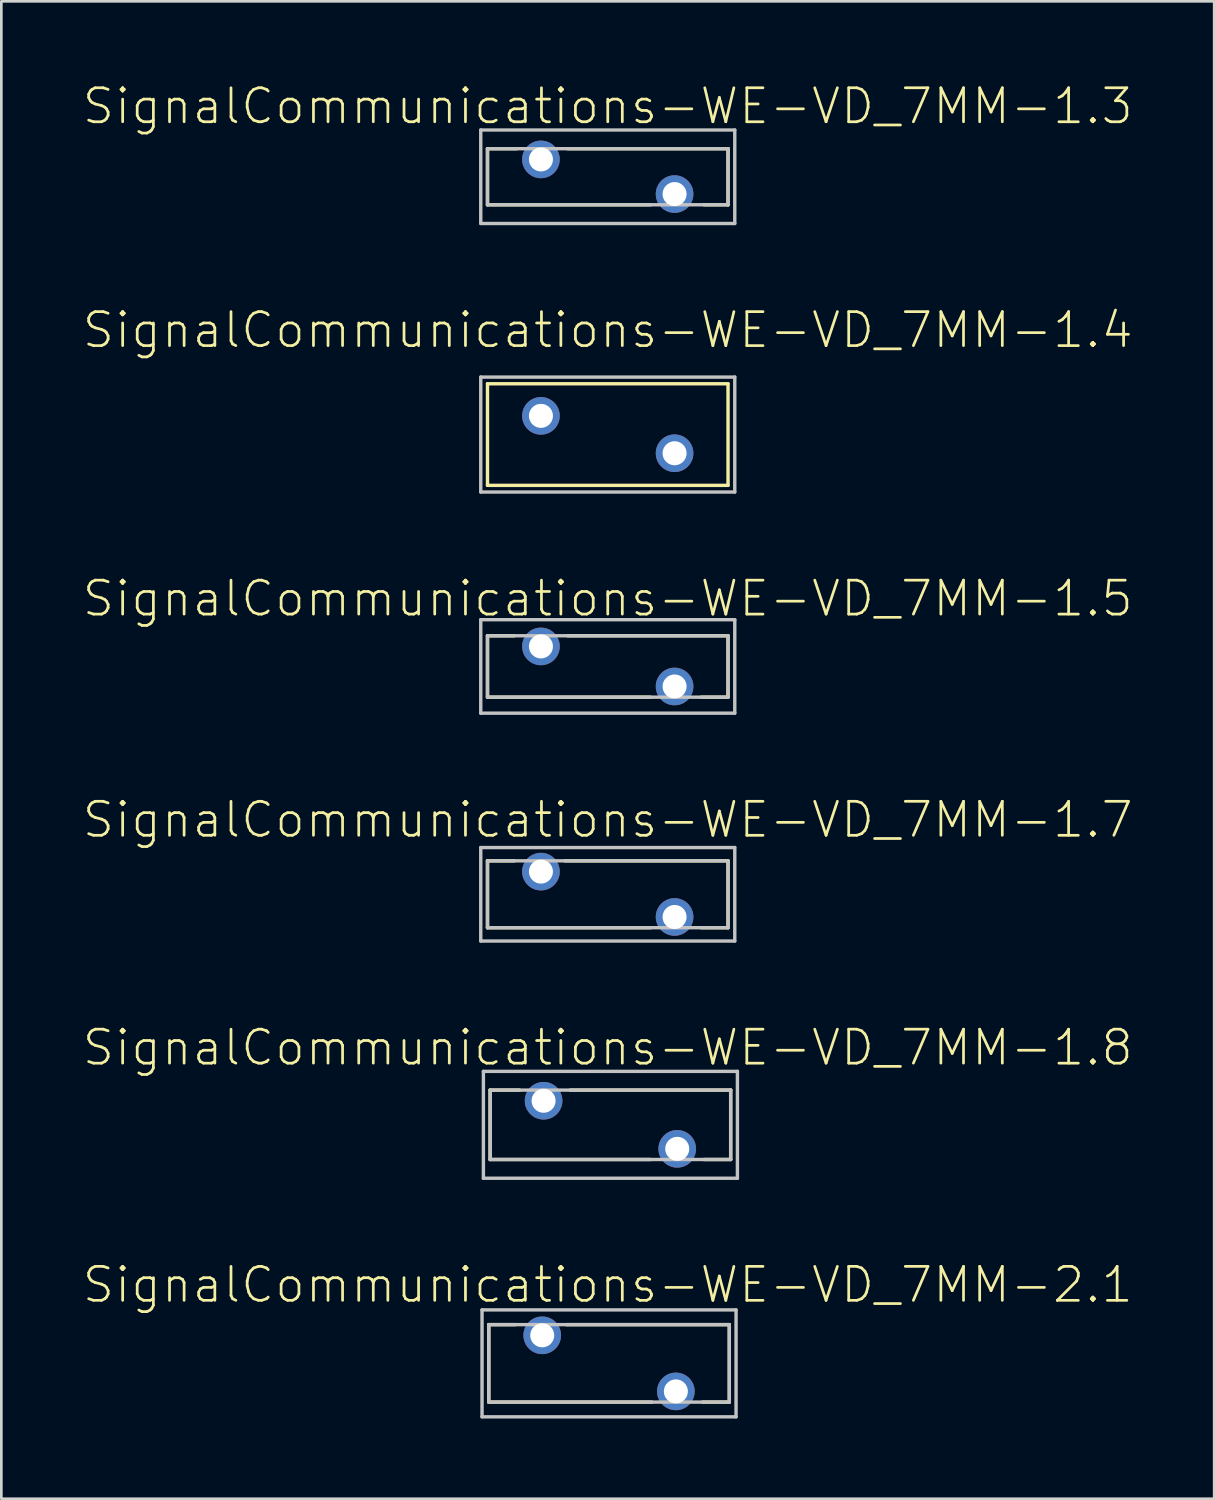
<source format=kicad_pcb>
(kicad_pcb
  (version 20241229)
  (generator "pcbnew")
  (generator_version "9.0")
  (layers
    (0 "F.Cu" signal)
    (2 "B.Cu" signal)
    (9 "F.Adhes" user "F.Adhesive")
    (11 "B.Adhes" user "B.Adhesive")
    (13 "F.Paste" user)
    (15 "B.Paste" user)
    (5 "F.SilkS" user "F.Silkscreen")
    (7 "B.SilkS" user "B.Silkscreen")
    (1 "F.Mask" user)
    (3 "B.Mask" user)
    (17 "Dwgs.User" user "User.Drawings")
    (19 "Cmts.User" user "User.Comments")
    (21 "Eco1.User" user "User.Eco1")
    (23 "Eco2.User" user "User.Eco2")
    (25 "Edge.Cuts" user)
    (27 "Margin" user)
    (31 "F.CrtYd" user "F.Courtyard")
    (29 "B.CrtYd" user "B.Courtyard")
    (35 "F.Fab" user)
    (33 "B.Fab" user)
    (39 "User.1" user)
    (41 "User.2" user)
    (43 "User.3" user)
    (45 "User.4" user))
  (footprint "SignalCommunications-WE-VD_7MM-1.7"
    (layer "F.Cu")
    (at 19.68 30.396)
    (property "Reference" "SignalCommunications-WE-VD_7MM-1.7" (at 0 -2.789 0) (layer "F.SilkS") (effects (font (size 1.27 1.27) (thickness 0.102))))
    (attr exclude_from_pos_files exclude_from_bom)
    (fp_line (start -4.498 -1.25) (end -4.498 1.25) (stroke (width 0.127) (type solid)) (layer "F.SilkS"))
    (fp_line (start -4.498 1.25) (end 1.598 1.25) (stroke (width 0.127) (type solid)) (layer "F.SilkS"))
    (fp_line (start -3.498 -1.25) (end -4.498 -1.25) (stroke (width 0.127) (type solid)) (layer "F.SilkS"))
    (fp_line (start 3.498 1.25) (end 4.498 1.25) (stroke (width 0.127) (type solid)) (layer "F.SilkS"))
    (fp_line (start 4.498 -1.25) (end -1.598 -1.25) (stroke (width 0.127) (type solid)) (layer "F.SilkS"))
    (fp_line (start 4.498 1.25) (end 4.498 -1.25) (stroke (width 0.127) (type solid)) (layer "F.SilkS"))
    (fp_line (start -4.75 -1.748) (end -4.75 1.748) (stroke (width 0.127) (type solid)) (layer "Dwgs.User"))
    (fp_line (start -4.75 1.748) (end 4.75 1.748) (stroke (width 0.127) (type solid)) (layer "Dwgs.User"))
    (fp_line (start -4.498 -1.25) (end -4.498 1.25) (stroke (width 0.127) (type solid)) (layer "Dwgs.User"))
    (fp_line (start -4.498 -1.25) (end 4.498 -1.25) (stroke (width 0.127) (type solid)) (layer "Dwgs.User"))
    (fp_line (start -4.498 1.25) (end 4.498 1.25) (stroke (width 0.127) (type solid)) (layer "Dwgs.User"))
    (fp_line (start 4.498 1.25) (end 4.498 -1.25) (stroke (width 0.127) (type solid)) (layer "Dwgs.User"))
    (fp_line (start 4.75 -1.748) (end -4.75 -1.748) (stroke (width 0.127) (type solid)) (layer "Dwgs.User"))
    (fp_line (start 4.75 1.748) (end 4.75 -1.748) (stroke (width 0.127) (type solid)) (layer "Dwgs.User"))
    (pad "1" thru_hole circle (at -2.499 -0.848) (size 1.407 1.407) (drill 0.899) (layers "*.Cu" "*.Paste" "*.Mask"))
    (pad "2" thru_hole circle (at 2.499 0.848) (size 1.407 1.407) (drill 0.899) (layers "*.Cu" "*.Paste" "*.Mask")))
  (footprint "SignalCommunications-WE-VD_7MM-1.8"
    (layer "F.Cu")
    (at 19.779 39.017)
    (property "Reference" "SignalCommunications-WE-VD_7MM-1.8" (at -0.099 -2.888 0) (layer "F.SilkS") (effects (font (size 1.27 1.27) (thickness 0.102))))
    (attr exclude_from_pos_files exclude_from_bom)
    (fp_line (start -4.498 -1.298) (end -3.399 -1.298) (stroke (width 0.127) (type solid)) (layer "F.SilkS"))
    (fp_line (start -4.498 1.298) (end -4.498 -1.298) (stroke (width 0.127) (type solid)) (layer "F.SilkS"))
    (fp_line (start -1.499 -1.298) (end 4.498 -1.298) (stroke (width 0.127) (type solid)) (layer "F.SilkS"))
    (fp_line (start 1.499 1.298) (end -4.498 1.298) (stroke (width 0.127) (type solid)) (layer "F.SilkS"))
    (fp_line (start 4.498 -1.298) (end 4.498 1.298) (stroke (width 0.127) (type solid)) (layer "F.SilkS"))
    (fp_line (start 4.498 1.298) (end 3.498 1.298) (stroke (width 0.127) (type solid)) (layer "F.SilkS"))
    (fp_line (start -4.75 -1.999) (end -4.75 1.999) (stroke (width 0.127) (type solid)) (layer "Dwgs.User"))
    (fp_line (start -4.75 1.999) (end 4.75 1.999) (stroke (width 0.127) (type solid)) (layer "Dwgs.User"))
    (fp_line (start -4.498 -1.298) (end -4.498 1.298) (stroke (width 0.127) (type solid)) (layer "Dwgs.User"))
    (fp_line (start -4.498 1.298) (end 4.498 1.298) (stroke (width 0.127) (type solid)) (layer "Dwgs.User"))
    (fp_line (start 4.498 -1.298) (end -4.498 -1.298) (stroke (width 0.127) (type solid)) (layer "Dwgs.User"))
    (fp_line (start 4.498 1.298) (end 4.498 -1.298) (stroke (width 0.127) (type solid)) (layer "Dwgs.User"))
    (fp_line (start 4.75 -1.999) (end -4.75 -1.999) (stroke (width 0.127) (type solid)) (layer "Dwgs.User"))
    (fp_line (start 4.75 1.999) (end 4.75 -1.999) (stroke (width 0.127) (type solid)) (layer "Dwgs.User"))
    (pad "1" thru_hole circle (at -2.499 -0.899) (size 1.407 1.407) (drill 0.899) (layers "*.Cu" "*.Paste" "*.Mask"))
    (pad "2" thru_hole circle (at 2.499 0.899) (size 1.407 1.407) (drill 0.899) (layers "*.Cu" "*.Paste" "*.Mask")))
  (footprint "SignalCommunications-WE-VD_7MM-1.3"
    (layer "F.Cu")
    (at 19.68 3.56)
    (property "Reference" "SignalCommunications-WE-VD_7MM-1.3" (at 0 -2.639 0) (layer "F.SilkS") (effects (font (size 1.27 1.27) (thickness 0.102))))
    (attr exclude_from_pos_files exclude_from_bom)
    (fp_line (start -4.498 -1.049) (end -3.399 -1.049) (stroke (width 0.127) (type solid)) (layer "F.SilkS"))
    (fp_line (start -4.498 1.049) (end -4.498 -1.049) (stroke (width 0.127) (type solid)) (layer "F.SilkS"))
    (fp_line (start -1.499 -1.049) (end 4.498 -1.049) (stroke (width 0.127) (type solid)) (layer "F.SilkS"))
    (fp_line (start 1.598 1.049) (end -4.498 1.049) (stroke (width 0.127) (type solid)) (layer "F.SilkS"))
    (fp_line (start 4.498 -1.049) (end 4.498 1.049) (stroke (width 0.127) (type solid)) (layer "F.SilkS"))
    (fp_line (start 4.498 1.049) (end 3.599 1.049) (stroke (width 0.127) (type solid)) (layer "F.SilkS"))
    (fp_line (start -4.75 -1.748) (end 4.75 -1.748) (stroke (width 0.127) (type solid)) (layer "Dwgs.User"))
    (fp_line (start -4.75 1.748) (end -4.75 -1.748) (stroke (width 0.127) (type solid)) (layer "Dwgs.User"))
    (fp_line (start -4.498 -1.049) (end -4.498 1.049) (stroke (width 0.127) (type solid)) (layer "Dwgs.User"))
    (fp_line (start -4.498 1.049) (end 4.498 1.049) (stroke (width 0.127) (type solid)) (layer "Dwgs.User"))
    (fp_line (start 4.498 -1.049) (end -4.498 -1.049) (stroke (width 0.127) (type solid)) (layer "Dwgs.User"))
    (fp_line (start 4.498 1.049) (end 4.498 -1.049) (stroke (width 0.127) (type solid)) (layer "Dwgs.User"))
    (fp_line (start 4.75 -1.748) (end 4.75 1.748) (stroke (width 0.127) (type solid)) (layer "Dwgs.User"))
    (fp_line (start 4.75 1.748) (end -4.75 1.748) (stroke (width 0.127) (type solid)) (layer "Dwgs.User"))
    (pad "1" thru_hole circle (at -2.499 -0.648) (size 1.407 1.407) (drill 0.899) (layers "*.Cu" "*.Paste" "*.Mask"))
    (pad "2" thru_hole circle (at 2.499 0.648) (size 1.407 1.407) (drill 0.899) (layers "*.Cu" "*.Paste" "*.Mask")))
  (footprint "SignalCommunications-WE-VD_7MM-1.4"
    (layer "F.Cu")
    (at 19.68 13.202)
    (property "Reference" "SignalCommunications-WE-VD_7MM-1.4" (at 0 -3.909 0) (layer "F.SilkS") (effects (font (size 1.27 1.27) (thickness 0.102))))
    (attr exclude_from_pos_files exclude_from_bom)
    (fp_line (start -4.498 -1.9) (end -4.498 1.9) (stroke (width 0.127) (type solid)) (layer "F.SilkS"))
    (fp_line (start -4.498 1.9) (end 4.498 1.9) (stroke (width 0.127) (type solid)) (layer "F.SilkS"))
    (fp_line (start 4.498 -1.9) (end -4.498 -1.9) (stroke (width 0.127) (type solid)) (layer "F.SilkS"))
    (fp_line (start 4.498 1.9) (end 4.498 -1.9) (stroke (width 0.127) (type solid)) (layer "F.SilkS"))
    (fp_line (start -4.75 -2.149) (end 4.75 -2.149) (stroke (width 0.127) (type solid)) (layer "Dwgs.User"))
    (fp_line (start -4.75 2.149) (end -4.75 -2.149) (stroke (width 0.127) (type solid)) (layer "Dwgs.User"))
    (fp_line (start 4.75 -2.149) (end 4.75 2.149) (stroke (width 0.127) (type solid)) (layer "Dwgs.User"))
    (fp_line (start 4.75 2.149) (end -4.75 2.149) (stroke (width 0.127) (type solid)) (layer "Dwgs.User"))
    (pad "1" thru_hole circle (at -2.499 -0.699) (size 1.407 1.407) (drill 0.899) (layers "*.Cu" "*.Paste" "*.Mask"))
    (pad "2" thru_hole circle (at 2.499 0.699) (size 1.407 1.407) (drill 0.899) (layers "*.Cu" "*.Paste" "*.Mask")))
  (footprint "SignalCommunications-WE-VD_7MM-2.1"
    (layer "F.Cu")
    (at 19.728 47.939)
    (property "Reference" "SignalCommunications-WE-VD_7MM-2.1" (at -0.048 -2.939 0) (layer "F.SilkS") (effects (font (size 1.27 1.27) (thickness 0.102))))
    (attr exclude_from_pos_files exclude_from_bom)
    (fp_line (start -4.498 -1.448) (end -4.498 1.448) (stroke (width 0.127) (type solid)) (layer "F.SilkS"))
    (fp_line (start -4.498 -1.448) (end -3.498 -1.448) (stroke (width 0.127) (type solid)) (layer "F.SilkS"))
    (fp_line (start -4.498 1.448) (end 1.598 1.448) (stroke (width 0.127) (type solid)) (layer "F.SilkS"))
    (fp_line (start 3.498 1.448) (end 4.498 1.448) (stroke (width 0.127) (type solid)) (layer "F.SilkS"))
    (fp_line (start 4.498 -1.448) (end -1.598 -1.448) (stroke (width 0.127) (type solid)) (layer "F.SilkS"))
    (fp_line (start 4.498 1.448) (end 4.498 -1.448) (stroke (width 0.127) (type solid)) (layer "F.SilkS"))
    (fp_line (start -4.75 -1.999) (end -4.75 1.999) (stroke (width 0.127) (type solid)) (layer "Dwgs.User"))
    (fp_line (start -4.75 1.999) (end 4.75 1.999) (stroke (width 0.127) (type solid)) (layer "Dwgs.User"))
    (fp_line (start -4.498 -1.448) (end -4.498 1.448) (stroke (width 0.127) (type solid)) (layer "Dwgs.User"))
    (fp_line (start -4.498 1.448) (end 4.498 1.448) (stroke (width 0.127) (type solid)) (layer "Dwgs.User"))
    (fp_line (start 4.498 -1.448) (end -4.498 -1.448) (stroke (width 0.127) (type solid)) (layer "Dwgs.User"))
    (fp_line (start 4.498 1.448) (end 4.498 -1.448) (stroke (width 0.127) (type solid)) (layer "Dwgs.User"))
    (fp_line (start 4.75 -1.999) (end -4.75 -1.999) (stroke (width 0.127) (type solid)) (layer "Dwgs.User"))
    (fp_line (start 4.75 1.999) (end 4.75 -1.999) (stroke (width 0.127) (type solid)) (layer "Dwgs.User"))
    (pad "1" thru_hole circle (at -2.499 -1.049) (size 1.407 1.407) (drill 0.899) (layers "*.Cu" "*.Paste" "*.Mask"))
    (pad "2" thru_hole circle (at 2.499 1.049) (size 1.407 1.407) (drill 0.899) (layers "*.Cu" "*.Paste" "*.Mask")))
  (footprint "SignalCommunications-WE-VD_7MM-1.5"
    (layer "F.Cu")
    (at 19.68 21.875)
    (property "Reference" "SignalCommunications-WE-VD_7MM-1.5" (at 0 -2.54 0) (layer "F.SilkS") (effects (font (size 1.27 1.27) (thickness 0.102))))
    (attr exclude_from_pos_files exclude_from_bom)
    (fp_line (start -4.498 -1.148) (end -3.498 -1.148) (stroke (width 0.127) (type solid)) (layer "F.SilkS"))
    (fp_line (start -4.498 1.148) (end -4.498 -1.148) (stroke (width 0.127) (type solid)) (layer "F.SilkS"))
    (fp_line (start -1.499 -1.148) (end 4.498 -1.148) (stroke (width 0.127) (type solid)) (layer "F.SilkS"))
    (fp_line (start 1.598 1.148) (end -4.498 1.148) (stroke (width 0.127) (type solid)) (layer "F.SilkS"))
    (fp_line (start 4.498 -1.148) (end 4.498 1.148) (stroke (width 0.127) (type solid)) (layer "F.SilkS"))
    (fp_line (start 4.498 1.148) (end 3.498 1.148) (stroke (width 0.127) (type solid)) (layer "F.SilkS"))
    (fp_line (start -4.75 -1.748) (end 4.75 -1.748) (stroke (width 0.127) (type solid)) (layer "Dwgs.User"))
    (fp_line (start -4.75 1.748) (end -4.75 -1.748) (stroke (width 0.127) (type solid)) (layer "Dwgs.User"))
    (fp_line (start -4.498 -1.148) (end -4.498 1.148) (stroke (width 0.127) (type solid)) (layer "Dwgs.User"))
    (fp_line (start -4.498 1.148) (end 4.498 1.148) (stroke (width 0.127) (type solid)) (layer "Dwgs.User"))
    (fp_line (start 4.498 -1.148) (end -4.498 -1.148) (stroke (width 0.127) (type solid)) (layer "Dwgs.User"))
    (fp_line (start 4.498 1.148) (end 4.498 -1.148) (stroke (width 0.127) (type solid)) (layer "Dwgs.User"))
    (fp_line (start 4.75 -1.748) (end 4.75 1.748) (stroke (width 0.127) (type solid)) (layer "Dwgs.User"))
    (fp_line (start 4.75 1.748) (end -4.75 1.748) (stroke (width 0.127) (type solid)) (layer "Dwgs.User"))
    (pad "1" thru_hole circle (at -2.499 -0.749) (size 1.407 1.407) (drill 0.899) (layers "*.Cu" "*.Paste" "*.Mask"))
    (pad "2" thru_hole circle (at 2.499 0.749) (size 1.407 1.407) (drill 0.899) (layers "*.Cu" "*.Paste" "*.Mask")))
  (gr_rect
    (start -3 -3)
    (end 42.36 53.002)
    (stroke (width 0.1) (type default))
    (fill no)
    (layer "Edge.Cuts")))
</source>
